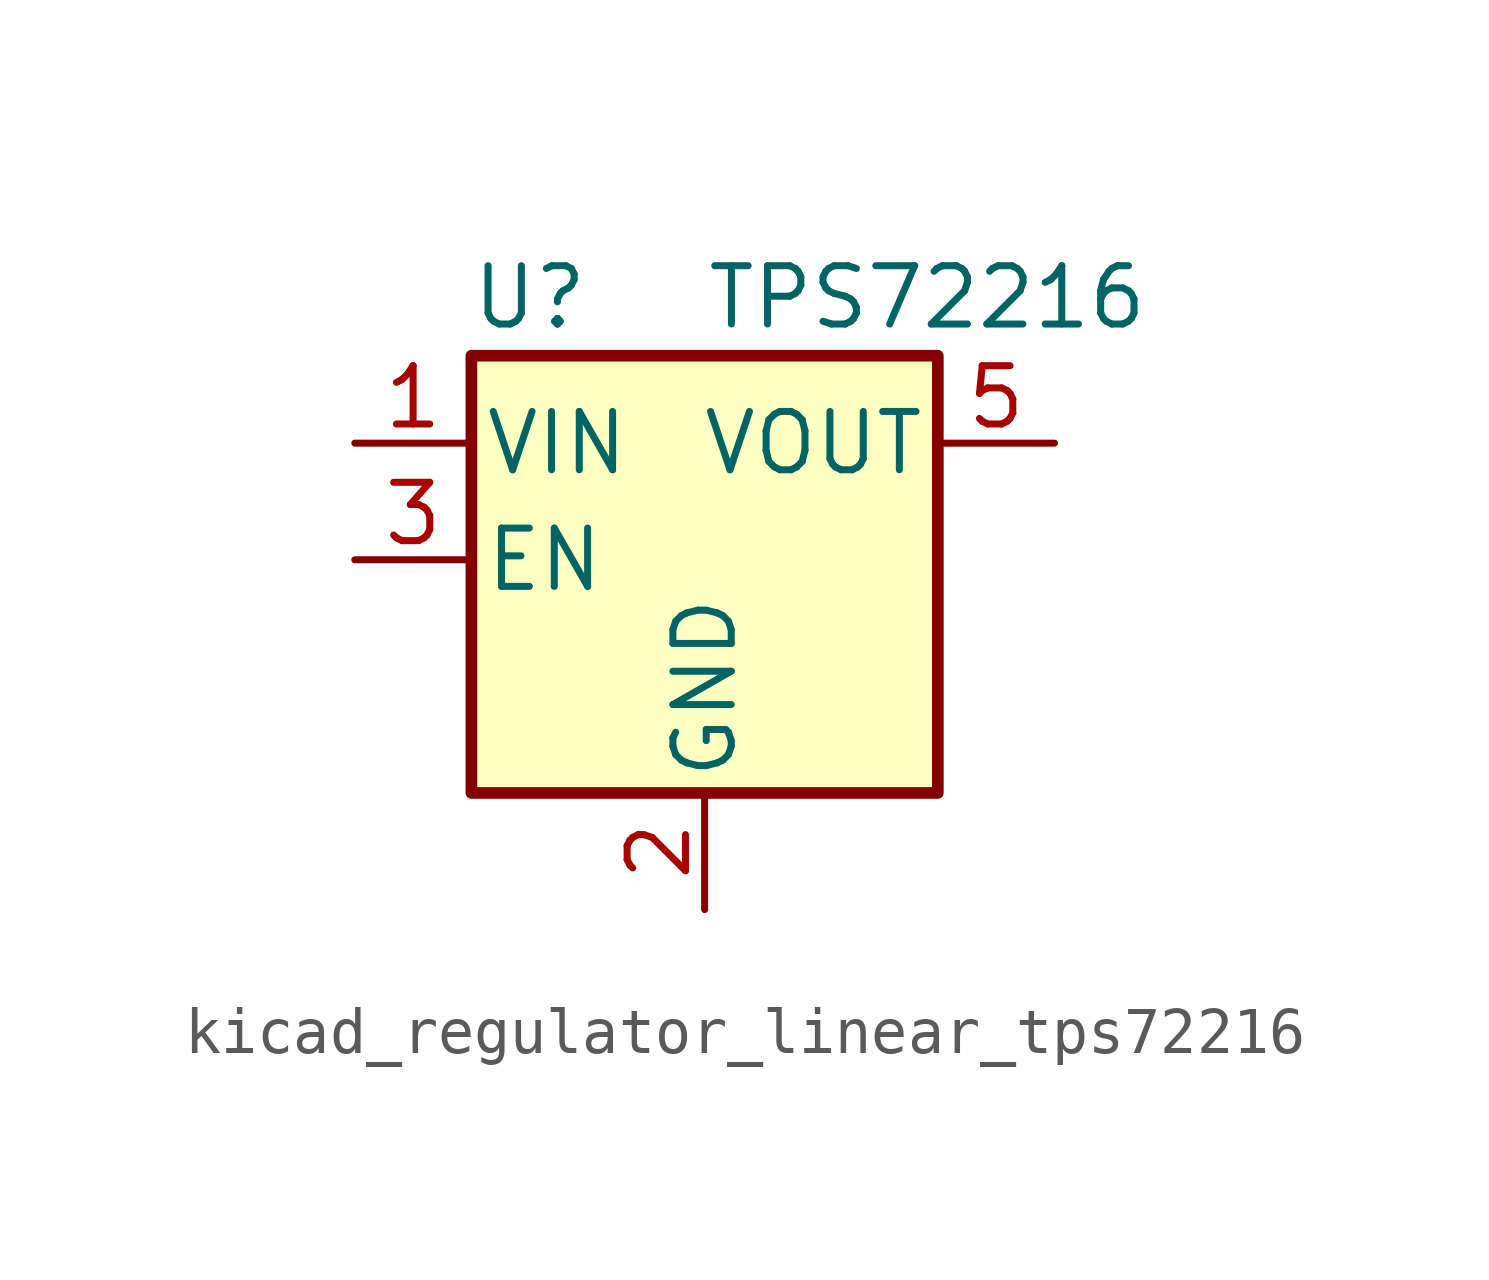
<source format=kicad_sym>
(kicad_symbol_lib
  (version 20220914)
  (generator kicad_symbol_editor)
  (symbol "kicad_regulator_linear_tps72216"
    (pin_names
      (offset 0.254))
    (property "Reference" "U"
      (at -3.81 5.715 0)
      (effects (font (size 1.27 1.27))))
    (property "Value" "TPS72216"
      (at 0 5.715 0)
      (effects (font (size 1.27 1.27)) (justify left)))
    (symbol "kicad_regulator_linear_tps72216_0_1"
      (rectangle (start -5.08 4.445) (end 5.08 -5.08) (stroke (width 0.254) (type default)) (fill (type background))))
    (symbol "kicad_regulator_linear_tps72216_1_1"
      (pin power_in line (at -7.62 2.54 0) (length 2.54) (name "VIN" (effects (font (size 1.27 1.27)))) (number "1" (effects (font (size 1.27 1.27)))))
      (pin power_in line (at 0 -7.62 90) (length 2.54) (name "GND" (effects (font (size 1.27 1.27)))) (number "2" (effects (font (size 1.27 1.27)))))
      (pin input line (at -7.62 0 0) (length 2.54) (name "EN" (effects (font (size 1.27 1.27)))) (number "3" (effects (font (size 1.27 1.27)))))
      (pin no_connect line (at 2.54 0 180) (length 2.54) hide (name "NC" (effects (font (size 1.27 1.27)))) (number "4" (effects (font (size 1.27 1.27)))))
      (pin power_out line (at 7.62 2.54 180) (length 2.54) (name "VOUT" (effects (font (size 1.27 1.27)))) (number "5" (effects (font (size 1.27 1.27))))))))
</source>
